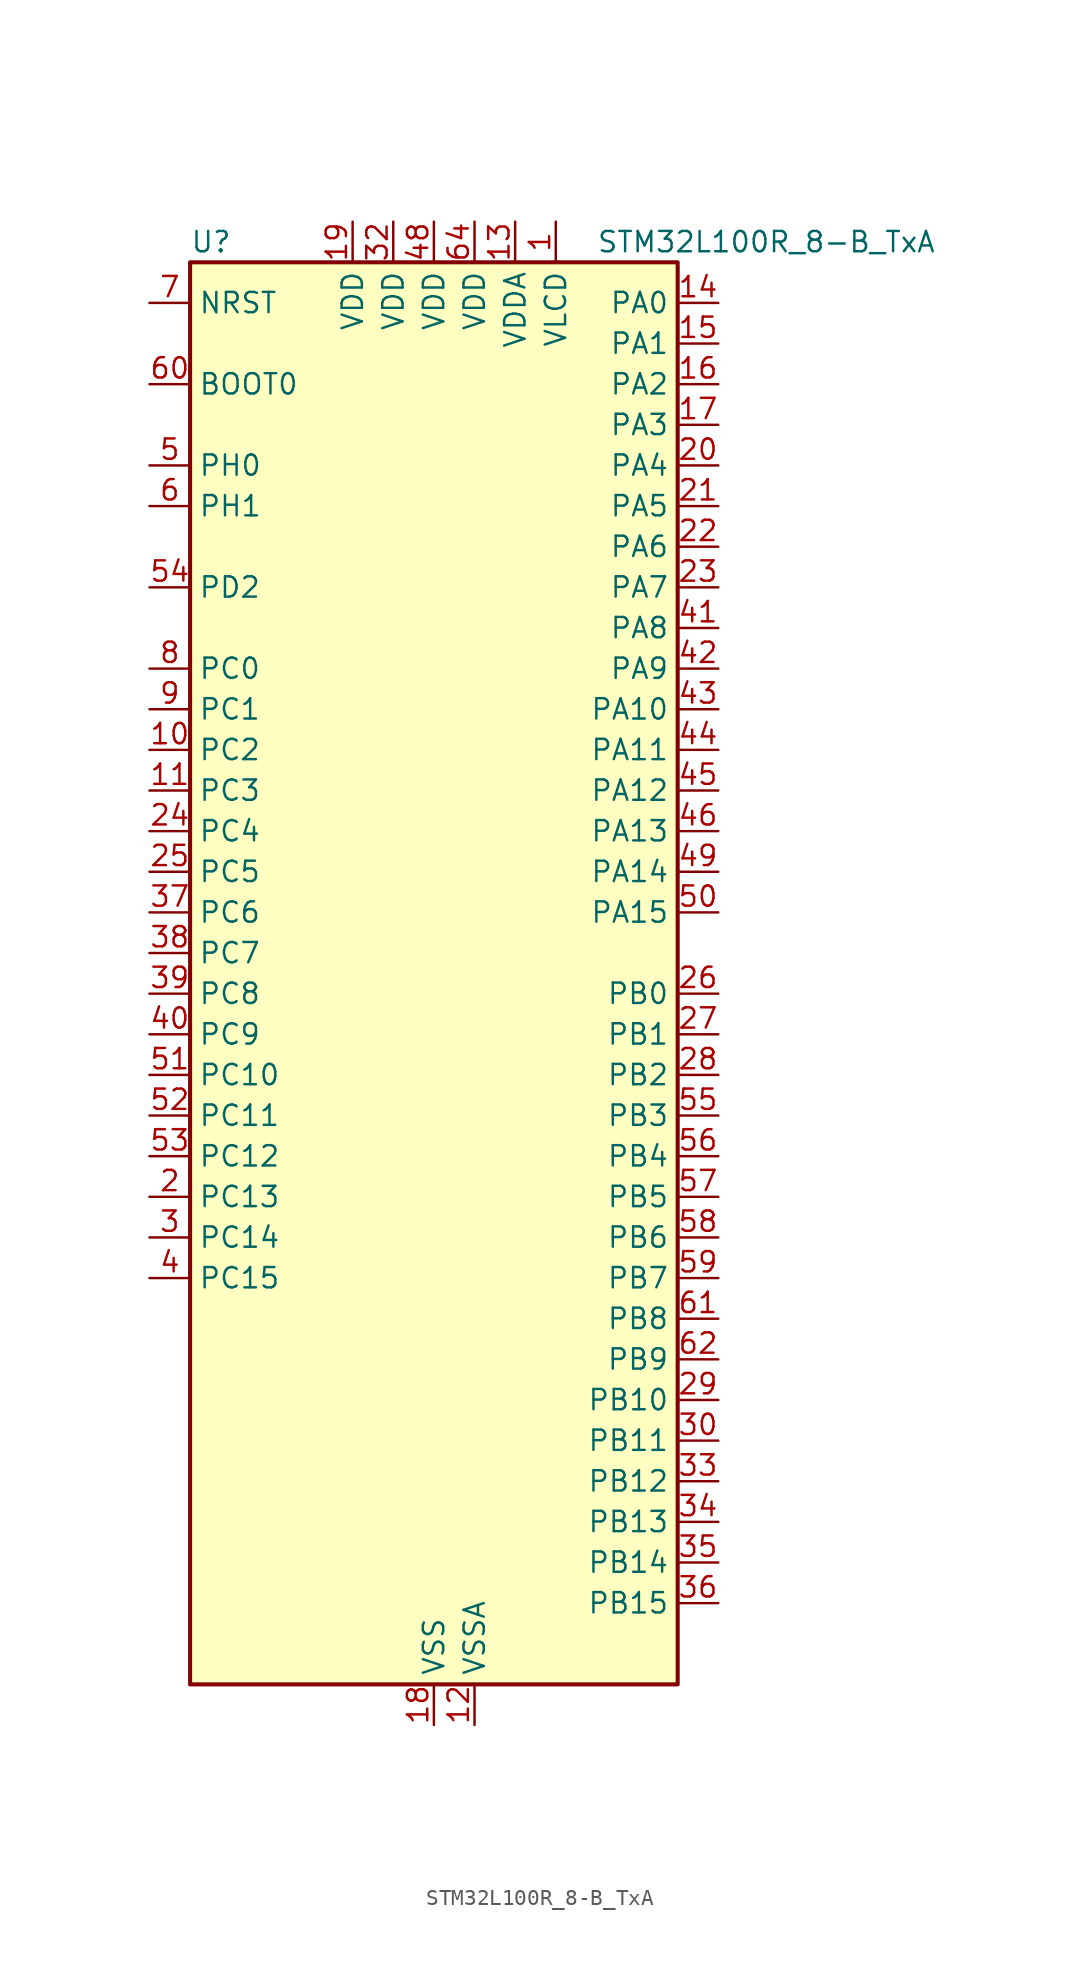
<source format=kicad_sym>
(kicad_symbol_lib
  (version 20231120)
  (generator "kicad-library-utils")
  (generator_version "8.0")
  (symbol "STM32L100R_8-B_TxA"
    (property "Reference" "U"
      (at -15.24 46.99 0)
      (effects (font (size 1.27 1.27)) (justify left)))
    (property "Value" "STM32L100R_8-B_TxA"
      (at 10.16 46.99 0)
      (effects (font (size 1.27 1.27)) (justify left)))
    (symbol "STM32L100R_8-B_TxA_0_1"
      (rectangle (start -15.24 -43.18) (end 15.24 45.72) (stroke (width 0.254) (type default)) (fill (type background))))
    (symbol "STM32L100R_8-B_TxA_1_1"
      (pin power_in line (at 7.62 48.26 270) (length 2.54) (name "VLCD" (effects (font (size 1.27 1.27)))) (number "1" (effects (font (size 1.27 1.27)))))
      (pin bidirectional line (at -17.78 15.24 0) (length 2.54) (name "PC2" (effects (font (size 1.27 1.27)))) (number "10" (effects (font (size 1.27 1.27)))) (alternate "ADC_IN12" bidirectional line) (alternate "COMP1_INP" bidirectional line) (alternate "LCD_SEG20" bidirectional line) (alternate "TIMX_IC3" bidirectional line))
      (pin bidirectional line (at -17.78 12.7 0) (length 2.54) (name "PC3" (effects (font (size 1.27 1.27)))) (number "11" (effects (font (size 1.27 1.27)))) (alternate "ADC_IN13" bidirectional line) (alternate "COMP1_INP" bidirectional line) (alternate "LCD_SEG21" bidirectional line) (alternate "TIMX_IC4" bidirectional line))
      (pin power_in line (at 2.54 -45.72 90) (length 2.54) (name "VSSA" (effects (font (size 1.27 1.27)))) (number "12" (effects (font (size 1.27 1.27)))))
      (pin power_in line (at 5.08 48.26 270) (length 2.54) (name "VDDA" (effects (font (size 1.27 1.27)))) (number "13" (effects (font (size 1.27 1.27)))))
      (pin bidirectional line (at 17.78 43.18 180) (length 2.54) (name "PA0" (effects (font (size 1.27 1.27)))) (number "14" (effects (font (size 1.27 1.27)))) (alternate "ADC_IN0" bidirectional line) (alternate "COMP1_INP" bidirectional line) (alternate "RTC_TAMP2" bidirectional line) (alternate "SYS_WKUP1" bidirectional line) (alternate "TIM2_CH1" bidirectional line) (alternate "TIM2_ETR" bidirectional line) (alternate "TIMX_IC1" bidirectional line) (alternate "USART2_CTS" bidirectional line))
      (pin bidirectional line (at 17.78 40.64 180) (length 2.54) (name "PA1" (effects (font (size 1.27 1.27)))) (number "15" (effects (font (size 1.27 1.27)))) (alternate "ADC_IN1" bidirectional line) (alternate "COMP1_INP" bidirectional line) (alternate "LCD_SEG0" bidirectional line) (alternate "TIM2_CH2" bidirectional line) (alternate "TIMX_IC2" bidirectional line) (alternate "USART2_RTS" bidirectional line))
      (pin bidirectional line (at 17.78 38.1 180) (length 2.54) (name "PA2" (effects (font (size 1.27 1.27)))) (number "16" (effects (font (size 1.27 1.27)))) (alternate "ADC_IN2" bidirectional line) (alternate "COMP1_INP" bidirectional line) (alternate "LCD_SEG1" bidirectional line) (alternate "TIM2_CH3" bidirectional line) (alternate "TIM9_CH1" bidirectional line) (alternate "TIMX_IC3" bidirectional line) (alternate "USART2_TX" bidirectional line))
      (pin bidirectional line (at 17.78 35.56 180) (length 2.54) (name "PA3" (effects (font (size 1.27 1.27)))) (number "17" (effects (font (size 1.27 1.27)))) (alternate "ADC_IN3" bidirectional line) (alternate "COMP1_INP" bidirectional line) (alternate "LCD_SEG2" bidirectional line) (alternate "TIM2_CH4" bidirectional line) (alternate "TIM9_CH2" bidirectional line) (alternate "TIMX_IC4" bidirectional line) (alternate "USART2_RX" bidirectional line))
      (pin power_in line (at 0 -45.72 90) (length 2.54) (name "VSS" (effects (font (size 1.27 1.27)))) (number "18" (effects (font (size 1.27 1.27)))))
      (pin power_in line (at -5.08 48.26 270) (length 2.54) (name "VDD" (effects (font (size 1.27 1.27)))) (number "19" (effects (font (size 1.27 1.27)))))
      (pin bidirectional line (at -17.78 -12.7 0) (length 2.54) (name "PC13" (effects (font (size 1.27 1.27)))) (number "2" (effects (font (size 1.27 1.27)))) (alternate "RTC_OUT_ALARM" bidirectional line) (alternate "RTC_OUT_CALIB" bidirectional line) (alternate "RTC_TAMP1" bidirectional line) (alternate "RTC_TS" bidirectional line) (alternate "SYS_WKUP2" bidirectional line) (alternate "TIMX_IC2" bidirectional line))
      (pin bidirectional line (at 17.78 33.02 180) (length 2.54) (name "PA4" (effects (font (size 1.27 1.27)))) (number "20" (effects (font (size 1.27 1.27)))) (alternate "ADC_IN4" bidirectional line) (alternate "COMP1_INP" bidirectional line) (alternate "DAC_OUT1" bidirectional line) (alternate "SPI1_NSS" bidirectional line) (alternate "TIMX_IC1" bidirectional line) (alternate "USART2_CK" bidirectional line))
      (pin bidirectional line (at 17.78 30.48 180) (length 2.54) (name "PA5" (effects (font (size 1.27 1.27)))) (number "21" (effects (font (size 1.27 1.27)))) (alternate "ADC_IN5" bidirectional line) (alternate "COMP1_INP" bidirectional line) (alternate "DAC_OUT2" bidirectional line) (alternate "SPI1_SCK" bidirectional line) (alternate "TIM2_CH1" bidirectional line) (alternate "TIM2_ETR" bidirectional line) (alternate "TIMX_IC2" bidirectional line))
      (pin bidirectional line (at 17.78 27.94 180) (length 2.54) (name "PA6" (effects (font (size 1.27 1.27)))) (number "22" (effects (font (size 1.27 1.27)))) (alternate "ADC_IN6" bidirectional line) (alternate "COMP1_INP" bidirectional line) (alternate "LCD_SEG3" bidirectional line) (alternate "SPI1_MISO" bidirectional line) (alternate "TIM10_CH1" bidirectional line) (alternate "TIM3_CH1" bidirectional line) (alternate "TIMX_IC3" bidirectional line))
      (pin bidirectional line (at 17.78 25.4 180) (length 2.54) (name "PA7" (effects (font (size 1.27 1.27)))) (number "23" (effects (font (size 1.27 1.27)))) (alternate "ADC_IN7" bidirectional line) (alternate "COMP1_INP" bidirectional line) (alternate "LCD_SEG4" bidirectional line) (alternate "SPI1_MOSI" bidirectional line) (alternate "TIM11_CH1" bidirectional line) (alternate "TIM3_CH2" bidirectional line) (alternate "TIMX_IC4" bidirectional line))
      (pin bidirectional line (at -17.78 10.16 0) (length 2.54) (name "PC4" (effects (font (size 1.27 1.27)))) (number "24" (effects (font (size 1.27 1.27)))) (alternate "ADC_IN14" bidirectional line) (alternate "COMP1_INP" bidirectional line) (alternate "LCD_SEG22" bidirectional line) (alternate "TIMX_IC1" bidirectional line))
      (pin bidirectional line (at -17.78 7.62 0) (length 2.54) (name "PC5" (effects (font (size 1.27 1.27)))) (number "25" (effects (font (size 1.27 1.27)))) (alternate "ADC_IN15" bidirectional line) (alternate "COMP1_INP" bidirectional line) (alternate "LCD_SEG23" bidirectional line) (alternate "TIMX_IC2" bidirectional line))
      (pin bidirectional line (at 17.78 0 180) (length 2.54) (name "PB0" (effects (font (size 1.27 1.27)))) (number "26" (effects (font (size 1.27 1.27)))) (alternate "ADC_IN8" bidirectional line) (alternate "COMP1_INP" bidirectional line) (alternate "LCD_SEG5" bidirectional line) (alternate "SYS_V_REF_OUT" bidirectional line) (alternate "TIM3_CH3" bidirectional line))
      (pin bidirectional line (at 17.78 -2.54 180) (length 2.54) (name "PB1" (effects (font (size 1.27 1.27)))) (number "27" (effects (font (size 1.27 1.27)))) (alternate "ADC_IN9" bidirectional line) (alternate "COMP1_INP" bidirectional line) (alternate "LCD_SEG6" bidirectional line) (alternate "SYS_V_REF_OUT" bidirectional line) (alternate "TIM3_CH4" bidirectional line))
      (pin bidirectional line (at 17.78 -5.08 180) (length 2.54) (name "PB2" (effects (font (size 1.27 1.27)))) (number "28" (effects (font (size 1.27 1.27)))))
      (pin bidirectional line (at 17.78 -25.4 180) (length 2.54) (name "PB10" (effects (font (size 1.27 1.27)))) (number "29" (effects (font (size 1.27 1.27)))) (alternate "I2C2_SCL" bidirectional line) (alternate "LCD_SEG10" bidirectional line) (alternate "TIM2_CH3" bidirectional line) (alternate "USART3_TX" bidirectional line))
      (pin bidirectional line (at -17.78 -15.24 0) (length 2.54) (name "PC14" (effects (font (size 1.27 1.27)))) (number "3" (effects (font (size 1.27 1.27)))) (alternate "RCC_OSC32_IN" bidirectional line) (alternate "TIMX_IC3" bidirectional line))
      (pin bidirectional line (at 17.78 -27.94 180) (length 2.54) (name "PB11" (effects (font (size 1.27 1.27)))) (number "30" (effects (font (size 1.27 1.27)))) (alternate "ADC_EXTI11" bidirectional line) (alternate "I2C2_SDA" bidirectional line) (alternate "LCD_SEG11" bidirectional line) (alternate "TIM2_CH4" bidirectional line) (alternate "USART3_RX" bidirectional line))
      (pin passive line (at 0 -45.72 90) (length 2.54) hide (name "VSS" (effects (font (size 1.27 1.27)))) (number "31" (effects (font (size 1.27 1.27)))))
      (pin power_in line (at -2.54 48.26 270) (length 2.54) (name "VDD" (effects (font (size 1.27 1.27)))) (number "32" (effects (font (size 1.27 1.27)))))
      (pin bidirectional line (at 17.78 -30.48 180) (length 2.54) (name "PB12" (effects (font (size 1.27 1.27)))) (number "33" (effects (font (size 1.27 1.27)))) (alternate "ADC_IN18" bidirectional line) (alternate "COMP1_INP" bidirectional line) (alternate "I2C2_SMBA" bidirectional line) (alternate "LCD_SEG12" bidirectional line) (alternate "SPI2_NSS" bidirectional line) (alternate "TIM10_CH1" bidirectional line) (alternate "USART3_CK" bidirectional line))
      (pin bidirectional line (at 17.78 -33.02 180) (length 2.54) (name "PB13" (effects (font (size 1.27 1.27)))) (number "34" (effects (font (size 1.27 1.27)))) (alternate "ADC_IN19" bidirectional line) (alternate "COMP1_INP" bidirectional line) (alternate "LCD_SEG13" bidirectional line) (alternate "SPI2_SCK" bidirectional line) (alternate "TIM9_CH1" bidirectional line) (alternate "USART3_CTS" bidirectional line))
      (pin bidirectional line (at 17.78 -35.56 180) (length 2.54) (name "PB14" (effects (font (size 1.27 1.27)))) (number "35" (effects (font (size 1.27 1.27)))) (alternate "ADC_IN20" bidirectional line) (alternate "COMP1_INP" bidirectional line) (alternate "LCD_SEG14" bidirectional line) (alternate "SPI2_MISO" bidirectional line) (alternate "TIM9_CH2" bidirectional line) (alternate "USART3_RTS" bidirectional line))
      (pin bidirectional line (at 17.78 -38.1 180) (length 2.54) (name "PB15" (effects (font (size 1.27 1.27)))) (number "36" (effects (font (size 1.27 1.27)))) (alternate "ADC_EXTI15" bidirectional line) (alternate "ADC_IN21" bidirectional line) (alternate "COMP1_INP" bidirectional line) (alternate "LCD_SEG15" bidirectional line) (alternate "RTC_REFIN" bidirectional line) (alternate "SPI2_MOSI" bidirectional line) (alternate "TIM11_CH1" bidirectional line))
      (pin bidirectional line (at -17.78 5.08 0) (length 2.54) (name "PC6" (effects (font (size 1.27 1.27)))) (number "37" (effects (font (size 1.27 1.27)))) (alternate "LCD_SEG24" bidirectional line) (alternate "TIM3_CH1" bidirectional line) (alternate "TIMX_IC3" bidirectional line))
      (pin bidirectional line (at -17.78 2.54 0) (length 2.54) (name "PC7" (effects (font (size 1.27 1.27)))) (number "38" (effects (font (size 1.27 1.27)))) (alternate "LCD_SEG25" bidirectional line) (alternate "TIM3_CH2" bidirectional line) (alternate "TIMX_IC4" bidirectional line))
      (pin bidirectional line (at -17.78 0 0) (length 2.54) (name "PC8" (effects (font (size 1.27 1.27)))) (number "39" (effects (font (size 1.27 1.27)))) (alternate "LCD_SEG26" bidirectional line) (alternate "TIM3_CH3" bidirectional line) (alternate "TIMX_IC1" bidirectional line))
      (pin bidirectional line (at -17.78 -17.78 0) (length 2.54) (name "PC15" (effects (font (size 1.27 1.27)))) (number "4" (effects (font (size 1.27 1.27)))) (alternate "ADC_EXTI15" bidirectional line) (alternate "RCC_OSC32_OUT" bidirectional line) (alternate "TIMX_IC4" bidirectional line))
      (pin bidirectional line (at -17.78 -2.54 0) (length 2.54) (name "PC9" (effects (font (size 1.27 1.27)))) (number "40" (effects (font (size 1.27 1.27)))) (alternate "DAC_EXTI9" bidirectional line) (alternate "LCD_SEG27" bidirectional line) (alternate "TIM3_CH4" bidirectional line) (alternate "TIMX_IC2" bidirectional line))
      (pin bidirectional line (at 17.78 22.86 180) (length 2.54) (name "PA8" (effects (font (size 1.27 1.27)))) (number "41" (effects (font (size 1.27 1.27)))) (alternate "LCD_COM0" bidirectional line) (alternate "RCC_MCO" bidirectional line) (alternate "TIMX_IC1" bidirectional line) (alternate "USART1_CK" bidirectional line))
      (pin bidirectional line (at 17.78 20.32 180) (length 2.54) (name "PA9" (effects (font (size 1.27 1.27)))) (number "42" (effects (font (size 1.27 1.27)))) (alternate "DAC_EXTI9" bidirectional line) (alternate "LCD_COM1" bidirectional line) (alternate "TIMX_IC2" bidirectional line) (alternate "USART1_TX" bidirectional line))
      (pin bidirectional line (at 17.78 17.78 180) (length 2.54) (name "PA10" (effects (font (size 1.27 1.27)))) (number "43" (effects (font (size 1.27 1.27)))) (alternate "LCD_COM2" bidirectional line) (alternate "TIMX_IC3" bidirectional line) (alternate "USART1_RX" bidirectional line))
      (pin bidirectional line (at 17.78 15.24 180) (length 2.54) (name "PA11" (effects (font (size 1.27 1.27)))) (number "44" (effects (font (size 1.27 1.27)))) (alternate "ADC_EXTI11" bidirectional line) (alternate "SPI1_MISO" bidirectional line) (alternate "TIMX_IC4" bidirectional line) (alternate "USART1_CTS" bidirectional line) (alternate "USB_DM" bidirectional line))
      (pin bidirectional line (at 17.78 12.7 180) (length 2.54) (name "PA12" (effects (font (size 1.27 1.27)))) (number "45" (effects (font (size 1.27 1.27)))) (alternate "SPI1_MOSI" bidirectional line) (alternate "TIMX_IC1" bidirectional line) (alternate "USART1_RTS" bidirectional line) (alternate "USB_DP" bidirectional line))
      (pin bidirectional line (at 17.78 10.16 180) (length 2.54) (name "PA13" (effects (font (size 1.27 1.27)))) (number "46" (effects (font (size 1.27 1.27)))) (alternate "SYS_JTMS-SWDIO" bidirectional line) (alternate "TIMX_IC2" bidirectional line))
      (pin passive line (at 0 -45.72 90) (length 2.54) hide (name "VSS" (effects (font (size 1.27 1.27)))) (number "47" (effects (font (size 1.27 1.27)))))
      (pin power_in line (at 0 48.26 270) (length 2.54) (name "VDD" (effects (font (size 1.27 1.27)))) (number "48" (effects (font (size 1.27 1.27)))))
      (pin bidirectional line (at 17.78 7.62 180) (length 2.54) (name "PA14" (effects (font (size 1.27 1.27)))) (number "49" (effects (font (size 1.27 1.27)))) (alternate "SYS_JTCK-SWCLK" bidirectional line) (alternate "TIMX_IC3" bidirectional line))
      (pin bidirectional line (at -17.78 33.02 0) (length 2.54) (name "PH0" (effects (font (size 1.27 1.27)))) (number "5" (effects (font (size 1.27 1.27)))) (alternate "RCC_OSC_IN" bidirectional line))
      (pin bidirectional line (at 17.78 5.08 180) (length 2.54) (name "PA15" (effects (font (size 1.27 1.27)))) (number "50" (effects (font (size 1.27 1.27)))) (alternate "ADC_EXTI15" bidirectional line) (alternate "LCD_SEG17" bidirectional line) (alternate "SPI1_NSS" bidirectional line) (alternate "SYS_JTDI" bidirectional line) (alternate "TIM2_CH1" bidirectional line) (alternate "TIM2_ETR" bidirectional line) (alternate "TIMX_IC4" bidirectional line))
      (pin bidirectional line (at -17.78 -5.08 0) (length 2.54) (name "PC10" (effects (font (size 1.27 1.27)))) (number "51" (effects (font (size 1.27 1.27)))) (alternate "LCD_COM4" bidirectional line) (alternate "LCD_SEG28" bidirectional line) (alternate "TIMX_IC3" bidirectional line) (alternate "USART3_TX" bidirectional line))
      (pin bidirectional line (at -17.78 -7.62 0) (length 2.54) (name "PC11" (effects (font (size 1.27 1.27)))) (number "52" (effects (font (size 1.27 1.27)))) (alternate "ADC_EXTI11" bidirectional line) (alternate "LCD_COM5" bidirectional line) (alternate "LCD_SEG29" bidirectional line) (alternate "TIMX_IC4" bidirectional line) (alternate "USART3_RX" bidirectional line))
      (pin bidirectional line (at -17.78 -10.16 0) (length 2.54) (name "PC12" (effects (font (size 1.27 1.27)))) (number "53" (effects (font (size 1.27 1.27)))) (alternate "LCD_COM6" bidirectional line) (alternate "LCD_SEG30" bidirectional line) (alternate "TIMX_IC1" bidirectional line) (alternate "USART3_CK" bidirectional line))
      (pin bidirectional line (at -17.78 25.4 0) (length 2.54) (name "PD2" (effects (font (size 1.27 1.27)))) (number "54" (effects (font (size 1.27 1.27)))) (alternate "LCD_COM7" bidirectional line) (alternate "LCD_SEG31" bidirectional line) (alternate "TIM3_ETR" bidirectional line) (alternate "TIMX_IC3" bidirectional line))
      (pin bidirectional line (at 17.78 -7.62 180) (length 2.54) (name "PB3" (effects (font (size 1.27 1.27)))) (number "55" (effects (font (size 1.27 1.27)))) (alternate "COMP2_INM" bidirectional line) (alternate "LCD_SEG7" bidirectional line) (alternate "SPI1_SCK" bidirectional line) (alternate "SYS_JTDO-TRACESWO" bidirectional line) (alternate "TIM2_CH2" bidirectional line))
      (pin bidirectional line (at 17.78 -10.16 180) (length 2.54) (name "PB4" (effects (font (size 1.27 1.27)))) (number "56" (effects (font (size 1.27 1.27)))) (alternate "COMP2_INP" bidirectional line) (alternate "LCD_SEG8" bidirectional line) (alternate "SPI1_MISO" bidirectional line) (alternate "SYS_JTRST" bidirectional line) (alternate "TIM3_CH1" bidirectional line))
      (pin bidirectional line (at 17.78 -12.7 180) (length 2.54) (name "PB5" (effects (font (size 1.27 1.27)))) (number "57" (effects (font (size 1.27 1.27)))) (alternate "COMP2_INP" bidirectional line) (alternate "I2C1_SMBA" bidirectional line) (alternate "LCD_SEG9" bidirectional line) (alternate "SPI1_MOSI" bidirectional line) (alternate "TIM3_CH2" bidirectional line))
      (pin bidirectional line (at 17.78 -15.24 180) (length 2.54) (name "PB6" (effects (font (size 1.27 1.27)))) (number "58" (effects (font (size 1.27 1.27)))) (alternate "I2C1_SCL" bidirectional line) (alternate "TIM4_CH1" bidirectional line) (alternate "USART1_TX" bidirectional line))
      (pin bidirectional line (at 17.78 -17.78 180) (length 2.54) (name "PB7" (effects (font (size 1.27 1.27)))) (number "59" (effects (font (size 1.27 1.27)))) (alternate "I2C1_SDA" bidirectional line) (alternate "SYS_PVD_IN" bidirectional line) (alternate "TIM4_CH2" bidirectional line) (alternate "USART1_RX" bidirectional line))
      (pin bidirectional line (at -17.78 30.48 0) (length 2.54) (name "PH1" (effects (font (size 1.27 1.27)))) (number "6" (effects (font (size 1.27 1.27)))) (alternate "RCC_OSC_OUT" bidirectional line))
      (pin input line (at -17.78 38.1 0) (length 2.54) (name "BOOT0" (effects (font (size 1.27 1.27)))) (number "60" (effects (font (size 1.27 1.27)))))
      (pin bidirectional line (at 17.78 -20.32 180) (length 2.54) (name "PB8" (effects (font (size 1.27 1.27)))) (number "61" (effects (font (size 1.27 1.27)))) (alternate "I2C1_SCL" bidirectional line) (alternate "LCD_SEG16" bidirectional line) (alternate "TIM10_CH1" bidirectional line) (alternate "TIM4_CH3" bidirectional line))
      (pin bidirectional line (at 17.78 -22.86 180) (length 2.54) (name "PB9" (effects (font (size 1.27 1.27)))) (number "62" (effects (font (size 1.27 1.27)))) (alternate "DAC_EXTI9" bidirectional line) (alternate "I2C1_SDA" bidirectional line) (alternate "LCD_COM3" bidirectional line) (alternate "TIM11_CH1" bidirectional line) (alternate "TIM4_CH4" bidirectional line))
      (pin passive line (at 0 -45.72 90) (length 2.54) hide (name "VSS" (effects (font (size 1.27 1.27)))) (number "63" (effects (font (size 1.27 1.27)))))
      (pin power_in line (at 2.54 48.26 270) (length 2.54) (name "VDD" (effects (font (size 1.27 1.27)))) (number "64" (effects (font (size 1.27 1.27)))))
      (pin input line (at -17.78 43.18 0) (length 2.54) (name "NRST" (effects (font (size 1.27 1.27)))) (number "7" (effects (font (size 1.27 1.27)))))
      (pin bidirectional line (at -17.78 20.32 0) (length 2.54) (name "PC0" (effects (font (size 1.27 1.27)))) (number "8" (effects (font (size 1.27 1.27)))) (alternate "ADC_IN10" bidirectional line) (alternate "COMP1_INP" bidirectional line) (alternate "LCD_SEG18" bidirectional line) (alternate "TIMX_IC1" bidirectional line))
      (pin bidirectional line (at -17.78 17.78 0) (length 2.54) (name "PC1" (effects (font (size 1.27 1.27)))) (number "9" (effects (font (size 1.27 1.27)))) (alternate "ADC_IN11" bidirectional line) (alternate "COMP1_INP" bidirectional line) (alternate "LCD_SEG19" bidirectional line) (alternate "TIMX_IC2" bidirectional line)))))
</source>
